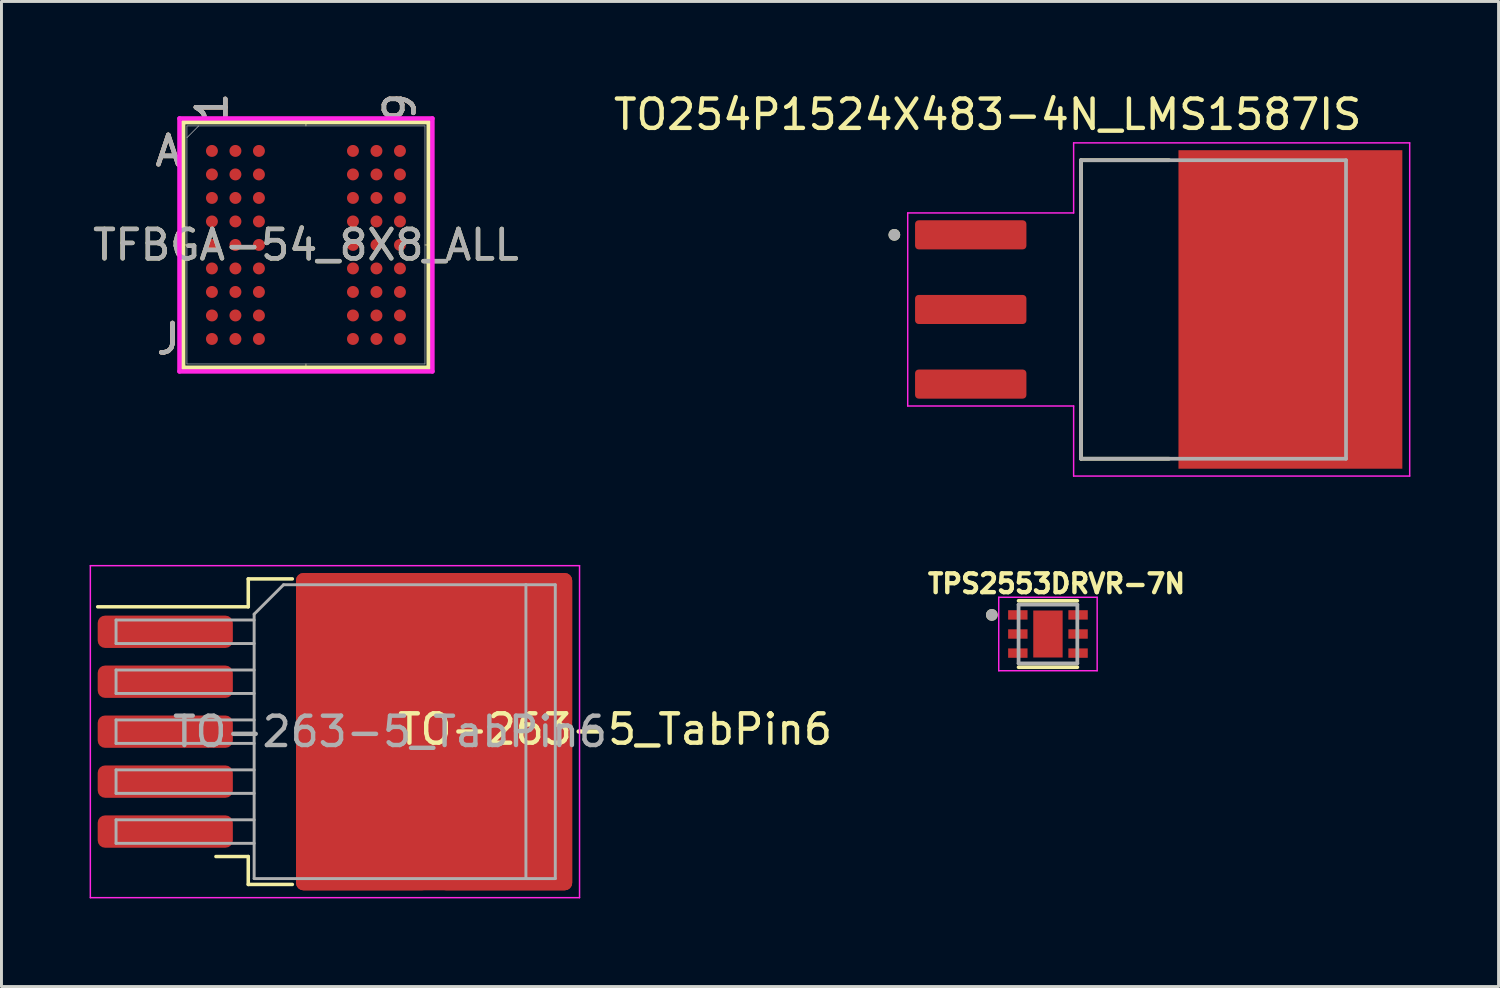
<source format=kicad_pcb>
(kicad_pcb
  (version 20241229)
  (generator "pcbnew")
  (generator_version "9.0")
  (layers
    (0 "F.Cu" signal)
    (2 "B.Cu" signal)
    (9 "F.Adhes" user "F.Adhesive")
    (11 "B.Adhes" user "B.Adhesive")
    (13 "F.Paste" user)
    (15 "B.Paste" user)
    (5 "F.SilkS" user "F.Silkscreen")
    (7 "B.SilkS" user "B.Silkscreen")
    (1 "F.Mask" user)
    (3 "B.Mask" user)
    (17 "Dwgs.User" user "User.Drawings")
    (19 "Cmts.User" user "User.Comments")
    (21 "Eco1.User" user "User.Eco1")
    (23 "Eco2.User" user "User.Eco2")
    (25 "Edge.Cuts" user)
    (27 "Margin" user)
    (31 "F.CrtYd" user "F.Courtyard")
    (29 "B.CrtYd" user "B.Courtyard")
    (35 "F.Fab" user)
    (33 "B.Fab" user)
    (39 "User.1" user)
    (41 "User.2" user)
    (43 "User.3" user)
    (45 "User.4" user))
  (footprint "TO254P1524X483-4N_LMS1587IS"
    (layer "F.Cu")
    (at 36.39 7.483)
    (property "Reference" "TO254P1524X483-4N_LMS1587IS" (at -5.825 -6.635 0) (layer "F.SilkS") (effects (font (size 1 1) (thickness 0.15))))
    (attr smd)
    (fp_line (start -2.648 -5.08) (end -2.648 5.08) (stroke (width 0.127) (type solid)) (layer "F.SilkS"))
    (fp_line (start -2.648 5.08) (end 0.35 5.08) (stroke (width 0.127) (type solid)) (layer "F.SilkS"))
    (fp_line (start 0.35 -5.08) (end -2.648 -5.08) (stroke (width 0.127) (type solid)) (layer "F.SilkS"))
    (fp_circle (center -9 -2.54) (end -8.9 -2.54) (stroke (width 0.2) (type solid)) (fill no) (layer "F.SilkS"))
    (fp_poly (pts (xy 1.215 -5.13) (xy 2.665 -5.13) (xy 2.665 -3.87) (xy 1.215 -3.87)) (stroke (width 0.01) (type solid)) (fill yes) (layer "F.Paste"))
    (fp_poly (pts (xy 1.215 -3.33) (xy 2.665 -3.33) (xy 2.665 -2.07) (xy 1.215 -2.07)) (stroke (width 0.01) (type solid)) (fill yes) (layer "F.Paste"))
    (fp_poly (pts (xy 1.215 -1.53) (xy 2.665 -1.53) (xy 2.665 -0.27) (xy 1.215 -0.27)) (stroke (width 0.01) (type solid)) (fill yes) (layer "F.Paste"))
    (fp_poly (pts (xy 1.215 0.27) (xy 2.665 0.27) (xy 2.665 1.53) (xy 1.215 1.53)) (stroke (width 0.01) (type solid)) (fill yes) (layer "F.Paste"))
    (fp_poly (pts (xy 1.215 2.07) (xy 2.665 2.07) (xy 2.665 3.33) (xy 1.215 3.33)) (stroke (width 0.01) (type solid)) (fill yes) (layer "F.Paste"))
    (fp_poly (pts (xy 1.215 3.87) (xy 2.665 3.87) (xy 2.665 5.13) (xy 1.215 5.13)) (stroke (width 0.01) (type solid)) (fill yes) (layer "F.Paste"))
    (fp_poly (pts (xy 3.755 -5.13) (xy 5.205 -5.13) (xy 5.205 -3.87) (xy 3.755 -3.87)) (stroke (width 0.01) (type solid)) (fill yes) (layer "F.Paste"))
    (fp_poly (pts (xy 3.755 -3.33) (xy 5.205 -3.33) (xy 5.205 -2.07) (xy 3.755 -2.07)) (stroke (width 0.01) (type solid)) (fill yes) (layer "F.Paste"))
    (fp_poly (pts (xy 3.755 -1.53) (xy 5.205 -1.53) (xy 5.205 -0.27) (xy 3.755 -0.27)) (stroke (width 0.01) (type solid)) (fill yes) (layer "F.Paste"))
    (fp_poly (pts (xy 3.755 0.27) (xy 5.205 0.27) (xy 5.205 1.53) (xy 3.755 1.53)) (stroke (width 0.01) (type solid)) (fill yes) (layer "F.Paste"))
    (fp_poly (pts (xy 3.755 2.07) (xy 5.205 2.07) (xy 5.205 3.33) (xy 3.755 3.33)) (stroke (width 0.01) (type solid)) (fill yes) (layer "F.Paste"))
    (fp_poly (pts (xy 3.755 3.87) (xy 5.205 3.87) (xy 5.205 5.13) (xy 3.755 5.13)) (stroke (width 0.01) (type solid)) (fill yes) (layer "F.Paste"))
    (fp_poly (pts (xy 6.295 -5.13) (xy 7.745 -5.13) (xy 7.745 -3.87) (xy 6.295 -3.87)) (stroke (width 0.01) (type solid)) (fill yes) (layer "F.Paste"))
    (fp_poly (pts (xy 6.295 -3.33) (xy 7.745 -3.33) (xy 7.745 -2.07) (xy 6.295 -2.07)) (stroke (width 0.01) (type solid)) (fill yes) (layer "F.Paste"))
    (fp_poly (pts (xy 6.295 -1.53) (xy 7.745 -1.53) (xy 7.745 -0.27) (xy 6.295 -0.27)) (stroke (width 0.01) (type solid)) (fill yes) (layer "F.Paste"))
    (fp_poly (pts (xy 6.295 0.27) (xy 7.745 0.27) (xy 7.745 1.53) (xy 6.295 1.53)) (stroke (width 0.01) (type solid)) (fill yes) (layer "F.Paste"))
    (fp_poly (pts (xy 6.295 2.07) (xy 7.745 2.07) (xy 7.745 3.33) (xy 6.295 3.33)) (stroke (width 0.01) (type solid)) (fill yes) (layer "F.Paste"))
    (fp_poly (pts (xy 6.295 3.87) (xy 7.745 3.87) (xy 7.745 5.13) (xy 6.295 5.13)) (stroke (width 0.01) (type solid)) (fill yes) (layer "F.Paste"))
    (fp_line (start -8.545 -3.285) (end -8.545 3.285) (stroke (width 0.05) (type solid)) (layer "F.CrtYd"))
    (fp_line (start -8.545 3.285) (end -2.898 3.285) (stroke (width 0.05) (type solid)) (layer "F.CrtYd"))
    (fp_line (start -2.898 -5.67) (end -2.898 -3.285) (stroke (width 0.05) (type solid)) (layer "F.CrtYd"))
    (fp_line (start -2.898 -3.285) (end -8.545 -3.285) (stroke (width 0.05) (type solid)) (layer "F.CrtYd"))
    (fp_line (start -2.898 3.285) (end -2.898 5.67) (stroke (width 0.05) (type solid)) (layer "F.CrtYd"))
    (fp_line (start -2.898 5.67) (end 8.54 5.67) (stroke (width 0.05) (type solid)) (layer "F.CrtYd"))
    (fp_line (start 8.54 -5.67) (end -2.898 -5.67) (stroke (width 0.05) (type solid)) (layer "F.CrtYd"))
    (fp_line (start 8.54 5.67) (end 8.54 -5.67) (stroke (width 0.05) (type solid)) (layer "F.CrtYd"))
    (fp_line (start -2.648 -5.08) (end 6.373 -5.08) (stroke (width 0.127) (type solid)) (layer "F.Fab"))
    (fp_line (start -2.648 5.08) (end -2.648 -5.08) (stroke (width 0.127) (type solid)) (layer "F.Fab"))
    (fp_line (start 6.373 -5.08) (end 6.373 5.08) (stroke (width 0.127) (type solid)) (layer "F.Fab"))
    (fp_line (start 6.373 5.08) (end -2.648 5.08) (stroke (width 0.127) (type solid)) (layer "F.Fab"))
    (fp_circle (center -9 -2.54) (end -8.9 -2.54) (stroke (width 0.2) (type solid)) (fill no) (layer "F.Fab"))
    (pad "1" smd roundrect (at -6.4 -2.54) (size 3.79 0.99) (layers "F.Cu" "F.Mask" "F.Paste") (roundrect_rratio 0.125))
    (pad "2" smd roundrect (at -6.4 0) (size 3.79 0.99) (layers "F.Cu" "F.Mask" "F.Paste") (roundrect_rratio 0.125))
    (pad "3" smd roundrect (at -6.4 2.54) (size 3.79 0.99) (layers "F.Cu" "F.Mask" "F.Paste") (roundrect_rratio 0.125))
    (pad "4" smd rect (at 4.48 0) (size 7.62 10.84) (layers "F.Cu" "F.Mask")))
  (footprint "TFBGA-54_8X8_ALL"
    (layer "F.Cu")
    (at 7.363 5.287)
    (property "Reference" "TFBGA-54_8X8_ALL" (at 0 0 0) (unlocked yes) (layer "F.SilkS") (effects (font (size 1 1) (thickness 0.15))))
    (attr smd)
    (fp_line (start -4.178 -4.178) (end -4.178 4.178) (stroke (width 0.152) (type solid)) (layer "F.SilkS"))
    (fp_line (start -4.178 4.178) (end 4.178 4.178) (stroke (width 0.152) (type solid)) (layer "F.SilkS"))
    (fp_line (start -4.051 0) (end -4.305 0) (stroke (width 0.025) (type solid)) (layer "F.SilkS"))
    (fp_line (start 0 -4.051) (end 0 -4.305) (stroke (width 0.025) (type solid)) (layer "F.SilkS"))
    (fp_line (start 0 4.051) (end 0 4.305) (stroke (width 0.025) (type solid)) (layer "F.SilkS"))
    (fp_line (start 4.051 0) (end 4.305 0) (stroke (width 0.025) (type solid)) (layer "F.SilkS"))
    (fp_line (start 4.178 -4.178) (end -4.178 -4.178) (stroke (width 0.152) (type solid)) (layer "F.SilkS"))
    (fp_line (start 4.178 4.178) (end 4.178 -4.178) (stroke (width 0.152) (type solid)) (layer "F.SilkS"))
    (fp_poly (pts (xy -4.045 -4.045) (xy 4.045 -4.045) (xy 4.045 4.045) (xy -4.045 4.045)) (stroke (width 0.1) (type solid)) (fill no) (layer "Eco2.User"))
    (fp_line (start -4.305 -4.305) (end 4.305 -4.305) (stroke (width 0.152) (type solid)) (layer "F.CrtYd"))
    (fp_line (start -4.305 4.305) (end -4.305 -4.305) (stroke (width 0.152) (type solid)) (layer "F.CrtYd"))
    (fp_line (start 4.305 -4.305) (end 4.305 4.305) (stroke (width 0.152) (type solid)) (layer "F.CrtYd"))
    (fp_line (start 4.305 4.305) (end -4.305 4.305) (stroke (width 0.152) (type solid)) (layer "F.CrtYd"))
    (fp_line (start -4.051 -4.051) (end -4.051 4.051) (stroke (width 0.025) (type solid)) (layer "F.Fab"))
    (fp_line (start -4.051 4.051) (end 4.051 4.051) (stroke (width 0.025) (type solid)) (layer "F.Fab"))
    (fp_line (start -3.651 -4.051) (end -4.051 -3.651) (stroke (width 0.025) (type solid)) (layer "F.Fab"))
    (fp_line (start 4.051 -4.051) (end -4.051 -4.051) (stroke (width 0.025) (type solid)) (layer "F.Fab"))
    (fp_line (start 4.051 4.051) (end 4.051 -4.051) (stroke (width 0.025) (type solid)) (layer "F.Fab"))
    (fp_text user "1" (at -3.2 -4.686 90) (unlocked yes) (layer "F.SilkS") (effects (font (size 1 1) (thickness 0.15))))
    (fp_text user "A" (at -4.686 -3.2 0) (unlocked yes) (layer "F.SilkS") (effects (font (size 1 1) (thickness 0.15))))
    (fp_text user "J" (at -4.686 3.2 0) (unlocked yes) (layer "F.SilkS") (effects (font (size 1 1) (thickness 0.15))))
    (fp_text user "9" (at 3.2 -4.686 90) (unlocked yes) (layer "F.SilkS") (effects (font (size 1 1) (thickness 0.15))))
    (fp_text user "J" (at -4.686 3.2 0) (unlocked yes) (layer "B.SilkS") (effects (font (size 1 1) (thickness 0.15))))
    (fp_text user "A" (at -4.686 -3.2 0) (unlocked yes) (layer "B.SilkS") (effects (font (size 1 1) (thickness 0.15))))
    (fp_text user "9" (at 3.2 -4.686 90) (unlocked yes) (layer "B.SilkS") (effects (font (size 1 1) (thickness 0.15))))
    (fp_text user "1" (at -3.2 -4.686 90) (unlocked yes) (layer "B.SilkS") (effects (font (size 1 1) (thickness 0.15))))
    (fp_text user "J" (at -4.686 3.2 0) (unlocked yes) (layer "F.Fab") (effects (font (size 1 1) (thickness 0.15))))
    (fp_text user "1" (at -3.2 -4.686 90) (unlocked yes) (layer "F.Fab") (effects (font (size 1 1) (thickness 0.15))))
    (fp_text user "${REFERENCE}" (at 0 0 0) (unlocked yes) (layer "F.Fab") (effects (font (size 1 1) (thickness 0.15))))
    (fp_text user "9" (at 3.2 -4.686 90) (unlocked yes) (layer "F.Fab") (effects (font (size 1 1) (thickness 0.15))))
    (fp_text user "A" (at -4.686 -3.2 0) (unlocked yes) (layer "F.Fab") (effects (font (size 1 1) (thickness 0.15))))
    (pad "A1" smd circle (at -3.2 -3.2) (size 0.406 0.406) (layers "F.Cu" "F.Mask" "F.Paste"))
    (pad "A2" smd circle (at -2.4 -3.2) (size 0.406 0.406) (layers "F.Cu" "F.Mask" "F.Paste"))
    (pad "A3" smd circle (at -1.6 -3.2) (size 0.406 0.406) (layers "F.Cu" "F.Mask" "F.Paste"))
    (pad "A7" smd circle (at 1.6 -3.2) (size 0.406 0.406) (layers "F.Cu" "F.Mask" "F.Paste"))
    (pad "A8" smd circle (at 2.4 -3.2) (size 0.406 0.406) (layers "F.Cu" "F.Mask" "F.Paste"))
    (pad "A9" smd circle (at 3.2 -3.2) (size 0.406 0.406) (layers "F.Cu" "F.Mask" "F.Paste"))
    (pad "B1" smd circle (at -3.2 -2.4) (size 0.406 0.406) (layers "F.Cu" "F.Mask" "F.Paste"))
    (pad "B2" smd circle (at -2.4 -2.4) (size 0.406 0.406) (layers "F.Cu" "F.Mask" "F.Paste"))
    (pad "B3" smd circle (at -1.6 -2.4) (size 0.406 0.406) (layers "F.Cu" "F.Mask" "F.Paste"))
    (pad "B7" smd circle (at 1.6 -2.4) (size 0.406 0.406) (layers "F.Cu" "F.Mask" "F.Paste"))
    (pad "B8" smd circle (at 2.4 -2.4) (size 0.406 0.406) (layers "F.Cu" "F.Mask" "F.Paste"))
    (pad "B9" smd circle (at 3.2 -2.4) (size 0.406 0.406) (layers "F.Cu" "F.Mask" "F.Paste"))
    (pad "C1" smd circle (at -3.2 -1.6) (size 0.406 0.406) (layers "F.Cu" "F.Mask" "F.Paste"))
    (pad "C2" smd circle (at -2.4 -1.6) (size 0.406 0.406) (layers "F.Cu" "F.Mask" "F.Paste"))
    (pad "C3" smd circle (at -1.6 -1.6) (size 0.406 0.406) (layers "F.Cu" "F.Mask" "F.Paste"))
    (pad "C7" smd circle (at 1.6 -1.6) (size 0.406 0.406) (layers "F.Cu" "F.Mask" "F.Paste"))
    (pad "C8" smd circle (at 2.4 -1.6) (size 0.406 0.406) (layers "F.Cu" "F.Mask" "F.Paste"))
    (pad "C9" smd circle (at 3.2 -1.6) (size 0.406 0.406) (layers "F.Cu" "F.Mask" "F.Paste"))
    (pad "D1" smd circle (at -3.2 -0.8) (size 0.406 0.406) (layers "F.Cu" "F.Mask" "F.Paste"))
    (pad "D2" smd circle (at -2.4 -0.8) (size 0.406 0.406) (layers "F.Cu" "F.Mask" "F.Paste"))
    (pad "D3" smd circle (at -1.6 -0.8) (size 0.406 0.406) (layers "F.Cu" "F.Mask" "F.Paste"))
    (pad "D7" smd circle (at 1.6 -0.8) (size 0.406 0.406) (layers "F.Cu" "F.Mask" "F.Paste"))
    (pad "D8" smd circle (at 2.4 -0.8) (size 0.406 0.406) (layers "F.Cu" "F.Mask" "F.Paste"))
    (pad "D9" smd circle (at 3.2 -0.8) (size 0.406 0.406) (layers "F.Cu" "F.Mask" "F.Paste"))
    (pad "E1" smd circle (at -3.2 0) (size 0.406 0.406) (layers "F.Cu" "F.Mask" "F.Paste"))
    (pad "E2" smd circle (at -2.4 0) (size 0.406 0.406) (layers "F.Cu" "F.Mask" "F.Paste"))
    (pad "E3" smd circle (at -1.6 0) (size 0.406 0.406) (layers "F.Cu" "F.Mask" "F.Paste"))
    (pad "E7" smd circle (at 1.6 0) (size 0.406 0.406) (layers "F.Cu" "F.Mask" "F.Paste"))
    (pad "E8" smd circle (at 2.4 0) (size 0.406 0.406) (layers "F.Cu" "F.Mask" "F.Paste"))
    (pad "E9" smd circle (at 3.2 0) (size 0.406 0.406) (layers "F.Cu" "F.Mask" "F.Paste"))
    (pad "F1" smd circle (at -3.2 0.8) (size 0.406 0.406) (layers "F.Cu" "F.Mask" "F.Paste"))
    (pad "F2" smd circle (at -2.4 0.8) (size 0.406 0.406) (layers "F.Cu" "F.Mask" "F.Paste"))
    (pad "F3" smd circle (at -1.6 0.8) (size 0.406 0.406) (layers "F.Cu" "F.Mask" "F.Paste"))
    (pad "F7" smd circle (at 1.6 0.8) (size 0.406 0.406) (layers "F.Cu" "F.Mask" "F.Paste"))
    (pad "F8" smd circle (at 2.4 0.8) (size 0.406 0.406) (layers "F.Cu" "F.Mask" "F.Paste"))
    (pad "F9" smd circle (at 3.2 0.8) (size 0.406 0.406) (layers "F.Cu" "F.Mask" "F.Paste"))
    (pad "G1" smd circle (at -3.2 1.6) (size 0.406 0.406) (layers "F.Cu" "F.Mask" "F.Paste"))
    (pad "G2" smd circle (at -2.4 1.6) (size 0.406 0.406) (layers "F.Cu" "F.Mask" "F.Paste"))
    (pad "G3" smd circle (at -1.6 1.6) (size 0.406 0.406) (layers "F.Cu" "F.Mask" "F.Paste"))
    (pad "G7" smd circle (at 1.6 1.6) (size 0.406 0.406) (layers "F.Cu" "F.Mask" "F.Paste"))
    (pad "G8" smd circle (at 2.4 1.6) (size 0.406 0.406) (layers "F.Cu" "F.Mask" "F.Paste"))
    (pad "G9" smd circle (at 3.2 1.6) (size 0.406 0.406) (layers "F.Cu" "F.Mask" "F.Paste"))
    (pad "H1" smd circle (at -3.2 2.4) (size 0.406 0.406) (layers "F.Cu" "F.Mask" "F.Paste"))
    (pad "H2" smd circle (at -2.4 2.4) (size 0.406 0.406) (layers "F.Cu" "F.Mask" "F.Paste"))
    (pad "H3" smd circle (at -1.6 2.4) (size 0.406 0.406) (layers "F.Cu" "F.Mask" "F.Paste"))
    (pad "H7" smd circle (at 1.6 2.4) (size 0.406 0.406) (layers "F.Cu" "F.Mask" "F.Paste"))
    (pad "H8" smd circle (at 2.4 2.4) (size 0.406 0.406) (layers "F.Cu" "F.Mask" "F.Paste"))
    (pad "H9" smd circle (at 3.2 2.4) (size 0.406 0.406) (layers "F.Cu" "F.Mask" "F.Paste"))
    (pad "J1" smd circle (at -3.2 3.2) (size 0.406 0.406) (layers "F.Cu" "F.Mask" "F.Paste"))
    (pad "J2" smd circle (at -2.4 3.2) (size 0.406 0.406) (layers "F.Cu" "F.Mask" "F.Paste"))
    (pad "J3" smd circle (at -1.6 3.2) (size 0.406 0.406) (layers "F.Cu" "F.Mask" "F.Paste"))
    (pad "J7" smd circle (at 1.6 3.2) (size 0.406 0.406) (layers "F.Cu" "F.Mask" "F.Paste"))
    (pad "J8" smd circle (at 2.4 3.2) (size 0.406 0.406) (layers "F.Cu" "F.Mask" "F.Paste"))
    (pad "J9" smd circle (at 3.2 3.2) (size 0.406 0.406) (layers "F.Cu" "F.Mask" "F.Paste")))
  (footprint "TO-263-5_TabPin6"
    (layer "F.Cu")
    (at 10.225 21.853)
    (property "Reference" "TO-263-5_TabPin6" (at 7.66 -0.08 180) (layer "F.SilkS") (effects (font (size 1 1) (thickness 0.15))))
    (attr smd)
    (fp_line (start -4.825 -5.2) (end -4.825 -4.25) (stroke (width 0.12) (type solid)) (layer "F.SilkS"))
    (fp_line (start -4.825 -4.25) (end -9.95 -4.25) (stroke (width 0.12) (type solid)) (layer "F.SilkS"))
    (fp_line (start -4.825 4.25) (end -5.925 4.25) (stroke (width 0.12) (type solid)) (layer "F.SilkS"))
    (fp_line (start -4.825 5.2) (end -4.825 4.25) (stroke (width 0.12) (type solid)) (layer "F.SilkS"))
    (fp_line (start -3.325 -5.2) (end -4.825 -5.2) (stroke (width 0.12) (type solid)) (layer "F.SilkS"))
    (fp_line (start -3.325 5.2) (end -4.825 5.2) (stroke (width 0.12) (type solid)) (layer "F.SilkS"))
    (fp_line (start -10.2 -5.65) (end -10.2 5.65) (stroke (width 0.05) (type solid)) (layer "F.CrtYd"))
    (fp_line (start -10.2 5.65) (end 6.45 5.65) (stroke (width 0.05) (type solid)) (layer "F.CrtYd"))
    (fp_line (start 6.45 -5.65) (end -10.2 -5.65) (stroke (width 0.05) (type solid)) (layer "F.CrtYd"))
    (fp_line (start 6.45 5.65) (end 6.45 -5.65) (stroke (width 0.05) (type solid)) (layer "F.CrtYd"))
    (fp_line (start -9.325 -3.8) (end -9.325 -3) (stroke (width 0.1) (type solid)) (layer "F.Fab"))
    (fp_line (start -9.325 -3) (end -4.625 -3) (stroke (width 0.1) (type solid)) (layer "F.Fab"))
    (fp_line (start -9.325 -2.1) (end -9.325 -1.3) (stroke (width 0.1) (type solid)) (layer "F.Fab"))
    (fp_line (start -9.325 -1.3) (end -4.625 -1.3) (stroke (width 0.1) (type solid)) (layer "F.Fab"))
    (fp_line (start -9.325 -0.4) (end -9.325 0.4) (stroke (width 0.1) (type solid)) (layer "F.Fab"))
    (fp_line (start -9.325 0.4) (end -4.625 0.4) (stroke (width 0.1) (type solid)) (layer "F.Fab"))
    (fp_line (start -9.325 1.3) (end -9.325 2.1) (stroke (width 0.1) (type solid)) (layer "F.Fab"))
    (fp_line (start -9.325 2.1) (end -4.625 2.1) (stroke (width 0.1) (type solid)) (layer "F.Fab"))
    (fp_line (start -9.325 3) (end -9.325 3.8) (stroke (width 0.1) (type solid)) (layer "F.Fab"))
    (fp_line (start -9.325 3.8) (end -4.625 3.8) (stroke (width 0.1) (type solid)) (layer "F.Fab"))
    (fp_line (start -4.625 -4) (end -3.625 -5) (stroke (width 0.1) (type solid)) (layer "F.Fab"))
    (fp_line (start -4.625 -3.8) (end -9.325 -3.8) (stroke (width 0.1) (type solid)) (layer "F.Fab"))
    (fp_line (start -4.625 -2.1) (end -9.325 -2.1) (stroke (width 0.1) (type solid)) (layer "F.Fab"))
    (fp_line (start -4.625 -0.4) (end -9.325 -0.4) (stroke (width 0.1) (type solid)) (layer "F.Fab"))
    (fp_line (start -4.625 1.3) (end -9.325 1.3) (stroke (width 0.1) (type solid)) (layer "F.Fab"))
    (fp_line (start -4.625 3) (end -9.325 3) (stroke (width 0.1) (type solid)) (layer "F.Fab"))
    (fp_line (start -4.625 5) (end -4.625 -4) (stroke (width 0.1) (type solid)) (layer "F.Fab"))
    (fp_line (start -3.625 -5) (end 4.625 -5) (stroke (width 0.1) (type solid)) (layer "F.Fab"))
    (fp_line (start 4.625 -5) (end 4.625 5) (stroke (width 0.1) (type solid)) (layer "F.Fab"))
    (fp_line (start 4.625 -5) (end 5.625 -5) (stroke (width 0.1) (type solid)) (layer "F.Fab"))
    (fp_line (start 4.625 5) (end -4.625 5) (stroke (width 0.1) (type solid)) (layer "F.Fab"))
    (fp_line (start 5.625 -5) (end 5.625 5) (stroke (width 0.1) (type solid)) (layer "F.Fab"))
    (fp_line (start 5.625 5) (end 4.625 5) (stroke (width 0.1) (type solid)) (layer "F.Fab"))
    (fp_text user "${REFERENCE}" (at 0 0 180) (layer "F.Fab") (effects (font (size 1 1) (thickness 0.15))))
    (pad "1" smd roundrect (at -7.65 -3.4) (size 4.6 1.1) (layers "F.Cu" "F.Mask" "F.Paste") (roundrect_rratio 0.227))
    (pad "2" smd roundrect (at -7.65 -1.7) (size 4.6 1.1) (layers "F.Cu" "F.Mask" "F.Paste") (roundrect_rratio 0.227))
    (pad "3" smd roundrect (at -7.65 0) (size 4.6 1.1) (layers "F.Cu" "F.Mask" "F.Paste") (roundrect_rratio 0.227))
    (pad "4" smd roundrect (at -7.65 1.7) (size 4.6 1.1) (layers "F.Cu" "F.Mask" "F.Paste") (roundrect_rratio 0.227))
    (pad "5" smd roundrect (at -7.65 3.4) (size 4.6 1.1) (layers "F.Cu" "F.Mask" "F.Paste") (roundrect_rratio 0.227))
    (pad "6" smd roundrect (at -0.925 -2.775) (size 4.55 5.25) (layers "F.Cu" "F.Paste") (roundrect_rratio 0.055))
    (pad "6" smd roundrect (at -0.925 2.775) (size 4.55 5.25) (layers "F.Cu" "F.Paste") (roundrect_rratio 0.055))
    (pad "6" smd roundrect (at 1.5 0) (size 9.4 10.8) (layers "F.Cu" "F.Mask") (roundrect_rratio 0.027))
    (pad "6" smd roundrect (at 3.925 -2.775) (size 4.55 5.25) (layers "F.Cu" "F.Paste") (roundrect_rratio 0.055))
    (pad "6" smd roundrect (at 3.925 2.775) (size 4.55 5.25) (layers "F.Cu" "F.Paste") (roundrect_rratio 0.055)))
  (footprint "TPS2553DRVR-7N"
    (layer "F.Cu")
    (at 32.618 18.529)
    (property "Reference" "TPS2553DRVR-7N" (at 0.292 -1.713 0) (layer "F.SilkS") (effects (font (size 0.64 0.64) (thickness 0.15))))
    (attr smd)
    (fp_line (start -1 -1.13) (end 1 -1.13) (stroke (width 0.127) (type solid)) (layer "F.SilkS"))
    (fp_line (start -1 1.13) (end 1 1.13) (stroke (width 0.127) (type solid)) (layer "F.SilkS"))
    (fp_circle (center -1.91 -0.65) (end -1.81 -0.65) (stroke (width 0.2) (type solid)) (fill no) (layer "F.SilkS"))
    (fp_poly (pts (xy -0.316 -0.506) (xy 0.316 -0.506) (xy 0.316 0.506) (xy -0.316 0.506)) (stroke (width 0.01) (type solid)) (fill yes) (layer "F.Paste"))
    (fp_line (start -1.675 -1.25) (end -1.675 1.25) (stroke (width 0.05) (type solid)) (layer "F.CrtYd"))
    (fp_line (start -1.675 -1.25) (end 1.675 -1.25) (stroke (width 0.05) (type solid)) (layer "F.CrtYd"))
    (fp_line (start -1.675 1.25) (end 1.675 1.25) (stroke (width 0.05) (type solid)) (layer "F.CrtYd"))
    (fp_line (start 1.675 -1.25) (end 1.675 1.25) (stroke (width 0.05) (type solid)) (layer "F.CrtYd"))
    (fp_line (start -1 -1) (end -1 1) (stroke (width 0.127) (type solid)) (layer "F.Fab"))
    (fp_line (start -1 -1) (end 1 -1) (stroke (width 0.127) (type solid)) (layer "F.Fab"))
    (fp_line (start -1 1) (end 1 1) (stroke (width 0.127) (type solid)) (layer "F.Fab"))
    (fp_line (start 1 -1) (end 1 1) (stroke (width 0.127) (type solid)) (layer "F.Fab"))
    (fp_circle (center -1.91 -0.65) (end -1.81 -0.65) (stroke (width 0.2) (type solid)) (fill no) (layer "F.Fab"))
    (pad "1" smd rect (at -1.025 -0.65) (size 0.66 0.32) (layers "F.Cu" "F.Mask" "F.Paste"))
    (pad "2" smd rect (at -1.025 0) (size 0.66 0.32) (layers "F.Cu" "F.Mask" "F.Paste"))
    (pad "3" smd rect (at -1.025 0.65) (size 0.66 0.32) (layers "F.Cu" "F.Mask" "F.Paste"))
    (pad "4" smd rect (at 1.025 0.65) (size 0.66 0.32) (layers "F.Cu" "F.Mask" "F.Paste"))
    (pad "5" smd rect (at 1.025 0) (size 0.66 0.32) (layers "F.Cu" "F.Mask" "F.Paste"))
    (pad "6" smd rect (at 1.025 -0.65) (size 0.66 0.32) (layers "F.Cu" "F.Mask" "F.Paste"))
    (pad "7" smd rect (at 0 0 90) (size 1.6 1) (layers "F.Cu" "F.Mask")))
  (gr_rect
    (start -3 -3)
    (end 47.955 30.528)
    (stroke (width 0.1) (type default))
    (fill no)
    (layer "Edge.Cuts")))
</source>
